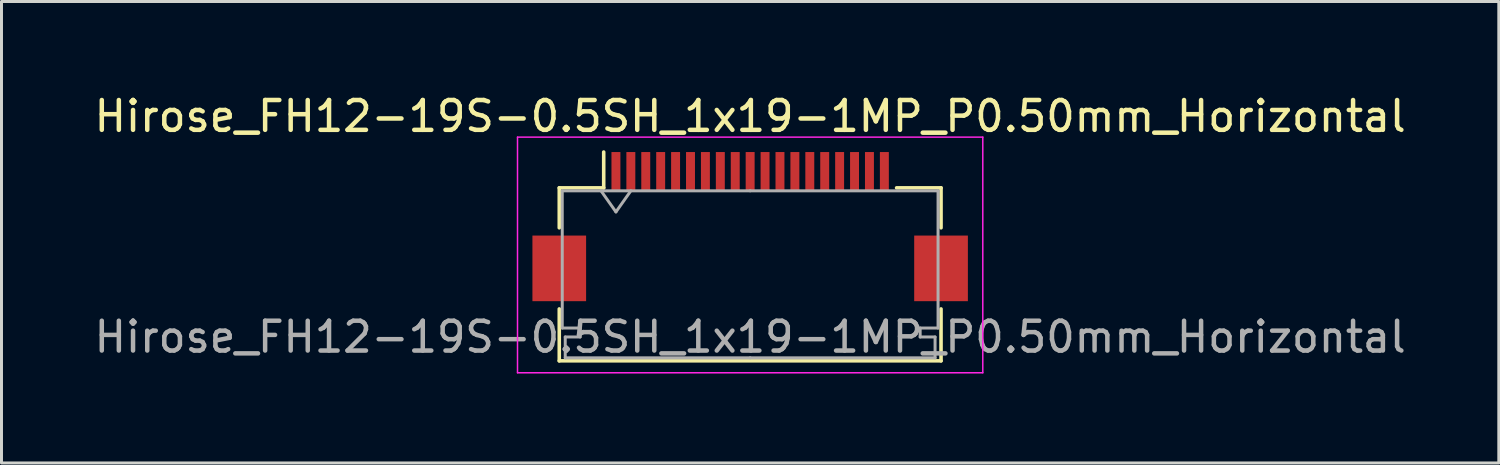
<source format=kicad_pcb>
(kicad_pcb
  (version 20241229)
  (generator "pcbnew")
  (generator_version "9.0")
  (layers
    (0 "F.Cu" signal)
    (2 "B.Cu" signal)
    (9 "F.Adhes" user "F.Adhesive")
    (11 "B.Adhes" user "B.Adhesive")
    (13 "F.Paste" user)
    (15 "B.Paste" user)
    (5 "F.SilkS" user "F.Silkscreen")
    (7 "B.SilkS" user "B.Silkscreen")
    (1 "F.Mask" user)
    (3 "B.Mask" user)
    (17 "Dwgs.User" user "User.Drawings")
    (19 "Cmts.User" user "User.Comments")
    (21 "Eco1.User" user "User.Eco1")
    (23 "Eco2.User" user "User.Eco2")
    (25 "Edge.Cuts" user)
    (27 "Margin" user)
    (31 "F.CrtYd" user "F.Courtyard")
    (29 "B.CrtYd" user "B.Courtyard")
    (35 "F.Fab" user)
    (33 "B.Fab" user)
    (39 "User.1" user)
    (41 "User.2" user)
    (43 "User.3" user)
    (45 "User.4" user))
  (footprint "Hirose_FH12-19S-0.5SH_1x19-1MP_P0.50mm_Horizontal"
    (layer "F.Cu")
    (at 22.101 4.548)
    (property "Reference" "Hirose_FH12-19S-0.5SH_1x19-1MP_P0.50mm_Horizontal" (at 0 -3.7 0) (layer "F.SilkS") (effects (font (size 1 1) (thickness 0.15))))
    (attr smd)
    (fp_line (start -6.4 -1.3) (end -6.4 0.04) (stroke (width 0.12) (type solid)) (layer "F.SilkS"))
    (fp_line (start -6.4 2.76) (end -6.4 4.5) (stroke (width 0.12) (type solid)) (layer "F.SilkS"))
    (fp_line (start -6.4 4.5) (end 6.4 4.5) (stroke (width 0.12) (type solid)) (layer "F.SilkS"))
    (fp_line (start -4.91 -1.3) (end -6.4 -1.3) (stroke (width 0.12) (type solid)) (layer "F.SilkS"))
    (fp_line (start -4.91 -1.3) (end -4.91 -2.5) (stroke (width 0.12) (type solid)) (layer "F.SilkS"))
    (fp_line (start 4.91 -1.3) (end 6.4 -1.3) (stroke (width 0.12) (type solid)) (layer "F.SilkS"))
    (fp_line (start 6.4 -1.3) (end 6.4 0.04) (stroke (width 0.12) (type solid)) (layer "F.SilkS"))
    (fp_line (start 6.4 4.5) (end 6.4 2.76) (stroke (width 0.12) (type solid)) (layer "F.SilkS"))
    (fp_line (start -7.8 -3) (end -7.8 4.9) (stroke (width 0.05) (type solid)) (layer "F.CrtYd"))
    (fp_line (start -7.8 4.9) (end 7.8 4.9) (stroke (width 0.05) (type solid)) (layer "F.CrtYd"))
    (fp_line (start 7.8 -3) (end -7.8 -3) (stroke (width 0.05) (type solid)) (layer "F.CrtYd"))
    (fp_line (start 7.8 4.9) (end 7.8 -3) (stroke (width 0.05) (type solid)) (layer "F.CrtYd"))
    (fp_line (start -6.3 -1.2) (end -6.3 3.4) (stroke (width 0.1) (type solid)) (layer "F.Fab"))
    (fp_line (start -6.3 3.4) (end -5.7 3.4) (stroke (width 0.1) (type solid)) (layer "F.Fab"))
    (fp_line (start -6.2 3.7) (end -6.2 4.4) (stroke (width 0.1) (type solid)) (layer "F.Fab"))
    (fp_line (start -6.2 4.4) (end 0 4.4) (stroke (width 0.1) (type solid)) (layer "F.Fab"))
    (fp_line (start -5.7 3.4) (end -5.7 3.7) (stroke (width 0.1) (type solid)) (layer "F.Fab"))
    (fp_line (start -5.7 3.7) (end -6.2 3.7) (stroke (width 0.1) (type solid)) (layer "F.Fab"))
    (fp_line (start -5 -1.2) (end -4.5 -0.493) (stroke (width 0.1) (type solid)) (layer "F.Fab"))
    (fp_line (start -4.5 -0.493) (end -4 -1.2) (stroke (width 0.1) (type solid)) (layer "F.Fab"))
    (fp_line (start 0 -1.2) (end -6.3 -1.2) (stroke (width 0.1) (type solid)) (layer "F.Fab"))
    (fp_line (start 0 -1.2) (end 6.3 -1.2) (stroke (width 0.1) (type solid)) (layer "F.Fab"))
    (fp_line (start 5.7 3.4) (end 5.7 3.7) (stroke (width 0.1) (type solid)) (layer "F.Fab"))
    (fp_line (start 5.7 3.7) (end 6.2 3.7) (stroke (width 0.1) (type solid)) (layer "F.Fab"))
    (fp_line (start 6.2 3.7) (end 6.2 4.4) (stroke (width 0.1) (type solid)) (layer "F.Fab"))
    (fp_line (start 6.2 4.4) (end 0 4.4) (stroke (width 0.1) (type solid)) (layer "F.Fab"))
    (fp_line (start 6.3 -1.2) (end 6.3 3.4) (stroke (width 0.1) (type solid)) (layer "F.Fab"))
    (fp_line (start 6.3 3.4) (end 5.7 3.4) (stroke (width 0.1) (type solid)) (layer "F.Fab"))
    (fp_text user "${REFERENCE}" (at 0 3.7 0) (layer "F.Fab") (effects (font (size 1 1) (thickness 0.15))))
    (pad "1" smd rect (at -4.5 -1.85) (size 0.3 1.3) (layers "F.Cu" "F.Mask" "F.Paste"))
    (pad "2" smd rect (at -4 -1.85) (size 0.3 1.3) (layers "F.Cu" "F.Mask" "F.Paste"))
    (pad "3" smd rect (at -3.5 -1.85) (size 0.3 1.3) (layers "F.Cu" "F.Mask" "F.Paste"))
    (pad "4" smd rect (at -3 -1.85) (size 0.3 1.3) (layers "F.Cu" "F.Mask" "F.Paste"))
    (pad "5" smd rect (at -2.5 -1.85) (size 0.3 1.3) (layers "F.Cu" "F.Mask" "F.Paste"))
    (pad "6" smd rect (at -2 -1.85) (size 0.3 1.3) (layers "F.Cu" "F.Mask" "F.Paste"))
    (pad "7" smd rect (at -1.5 -1.85) (size 0.3 1.3) (layers "F.Cu" "F.Mask" "F.Paste"))
    (pad "8" smd rect (at -1 -1.85) (size 0.3 1.3) (layers "F.Cu" "F.Mask" "F.Paste"))
    (pad "9" smd rect (at -0.5 -1.85) (size 0.3 1.3) (layers "F.Cu" "F.Mask" "F.Paste"))
    (pad "10" smd rect (at 0 -1.85) (size 0.3 1.3) (layers "F.Cu" "F.Mask" "F.Paste"))
    (pad "11" smd rect (at 0.5 -1.85) (size 0.3 1.3) (layers "F.Cu" "F.Mask" "F.Paste"))
    (pad "12" smd rect (at 1 -1.85) (size 0.3 1.3) (layers "F.Cu" "F.Mask" "F.Paste"))
    (pad "13" smd rect (at 1.5 -1.85) (size 0.3 1.3) (layers "F.Cu" "F.Mask" "F.Paste"))
    (pad "14" smd rect (at 2 -1.85) (size 0.3 1.3) (layers "F.Cu" "F.Mask" "F.Paste"))
    (pad "15" smd rect (at 2.5 -1.85) (size 0.3 1.3) (layers "F.Cu" "F.Mask" "F.Paste"))
    (pad "16" smd rect (at 3 -1.85) (size 0.3 1.3) (layers "F.Cu" "F.Mask" "F.Paste"))
    (pad "17" smd rect (at 3.5 -1.85) (size 0.3 1.3) (layers "F.Cu" "F.Mask" "F.Paste"))
    (pad "18" smd rect (at 4 -1.85) (size 0.3 1.3) (layers "F.Cu" "F.Mask" "F.Paste"))
    (pad "19" smd rect (at 4.5 -1.85) (size 0.3 1.3) (layers "F.Cu" "F.Mask" "F.Paste"))
    (pad "SH" smd rect (at -6.4 1.4) (size 1.8 2.2) (layers "F.Cu" "F.Mask" "F.Paste"))
    (pad "SH" smd rect (at 6.4 1.4) (size 1.8 2.2) (layers "F.Cu" "F.Mask" "F.Paste")))
  (gr_rect
    (start -3 -3)
    (end 47.202 12.473)
    (stroke (width 0.1) (type default))
    (fill no)
    (layer "Edge.Cuts")))
</source>
